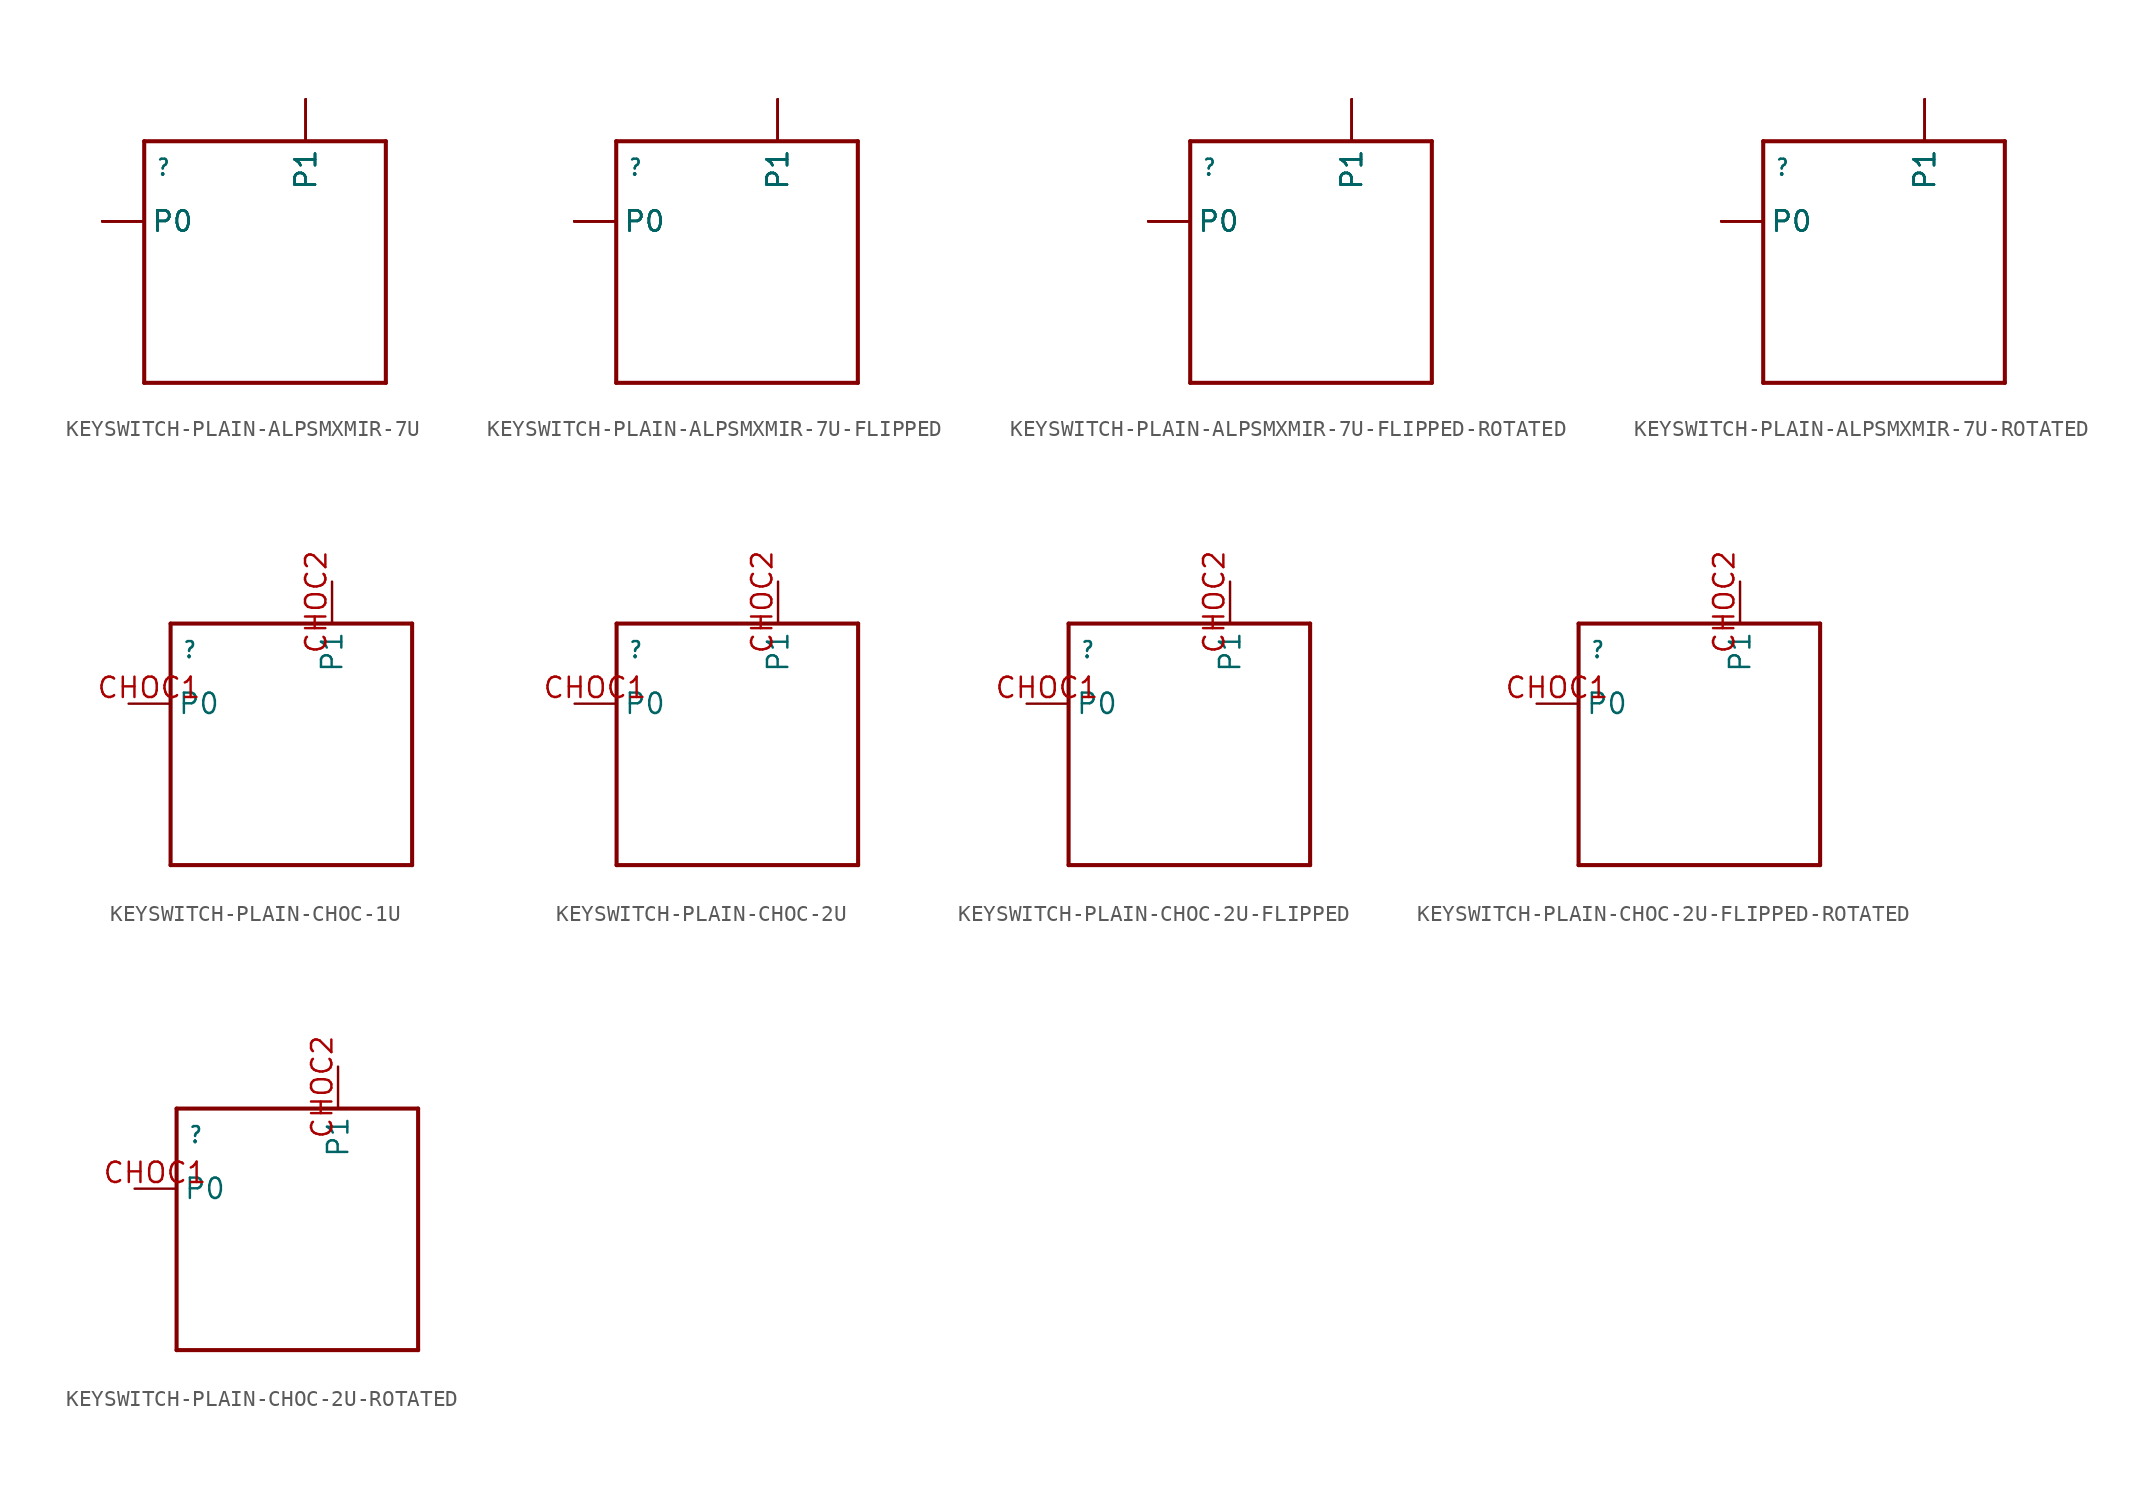
<source format=kicad_sym>
(kicad_symbol_lib
  (version 20211014)
  (generator kicad_symbol_editor)
  (symbol "KEYSWITCH-PLAIN-ALPSMXMIR-7U"
    (property "Reference" ""
      (at -6.81 5.318 0)
      (effects (font (size 1 0.85)) (justify left bottom)))
    (property "ki_locked" ""
      (at 0 0 0)
      (effects (font (size 1.27 1.27))))
    (symbol "KEYSWITCH-PLAIN-ALPSMXMIR-7U_1_0"
      (polyline (pts (xy -7.54 -7.54) (xy -7.54 7.54)) (stroke (width 0.254) (type default) (color 0 0 0 0)) (fill (type none)))
      (polyline (pts (xy -7.54 7.54) (xy 7.54 7.54)) (stroke (width 0.254) (type default) (color 0 0 0 0)) (fill (type none)))
      (polyline (pts (xy 7.54 -7.54) (xy -7.54 -7.54)) (stroke (width 0.254) (type default) (color 0 0 0 0)) (fill (type none)))
      (polyline (pts (xy 7.54 7.54) (xy 7.54 -7.54)) (stroke (width 0.254) (type default) (color 0 0 0 0)) (fill (type none)))
      (pin bidirectional line (at -10.16 2.54 0) (length 2.54) (name "P0" (effects (font (size 1.27 1.27)))) (number "ALPS1" (effects (font (size 0 0)))))
      (pin bidirectional line (at 2.54 10.16 270) (length 2.54) (name "P1" (effects (font (size 1.27 1.27)))) (number "ALPS2" (effects (font (size 0 0)))))
      (pin bidirectional line (at -10.16 2.54 0) (length 2.54) (name "P0" (effects (font (size 1.27 1.27)))) (number "ALPS3" (effects (font (size 0 0)))))
      (pin bidirectional line (at 2.54 10.16 270) (length 2.54) (name "P1" (effects (font (size 1.27 1.27)))) (number "ALPS4" (effects (font (size 0 0)))))
      (pin bidirectional line (at -10.16 2.54 0) (length 2.54) (name "P0" (effects (font (size 1.27 1.27)))) (number "MX1" (effects (font (size 0 0)))))
      (pin bidirectional line (at 2.54 10.16 270) (length 2.54) (name "P1" (effects (font (size 1.27 1.27)))) (number "MX2" (effects (font (size 0 0)))))
      (pin bidirectional line (at -10.16 2.54 0) (length 2.54) (name "P0" (effects (font (size 1.27 1.27)))) (number "MX3" (effects (font (size 0 0)))))
      (pin bidirectional line (at 2.54 10.16 270) (length 2.54) (name "P1" (effects (font (size 1.27 1.27)))) (number "MX4" (effects (font (size 0 0)))))))
  (symbol "KEYSWITCH-PLAIN-ALPSMXMIR-7U-FLIPPED"
    (property "Reference" ""
      (at -6.81 5.318 0)
      (effects (font (size 1 0.85)) (justify left bottom)))
    (property "ki_locked" ""
      (at 0 0 0)
      (effects (font (size 1.27 1.27))))
    (symbol "KEYSWITCH-PLAIN-ALPSMXMIR-7U-FLIPPED_1_0"
      (polyline (pts (xy -7.54 -7.54) (xy -7.54 7.54)) (stroke (width 0.254) (type default) (color 0 0 0 0)) (fill (type none)))
      (polyline (pts (xy -7.54 7.54) (xy 7.54 7.54)) (stroke (width 0.254) (type default) (color 0 0 0 0)) (fill (type none)))
      (polyline (pts (xy 7.54 -7.54) (xy -7.54 -7.54)) (stroke (width 0.254) (type default) (color 0 0 0 0)) (fill (type none)))
      (polyline (pts (xy 7.54 7.54) (xy 7.54 -7.54)) (stroke (width 0.254) (type default) (color 0 0 0 0)) (fill (type none)))
      (pin bidirectional line (at -10.16 2.54 0) (length 2.54) (name "P0" (effects (font (size 1.27 1.27)))) (number "ALPS1" (effects (font (size 0 0)))))
      (pin bidirectional line (at 2.54 10.16 270) (length 2.54) (name "P1" (effects (font (size 1.27 1.27)))) (number "ALPS2" (effects (font (size 0 0)))))
      (pin bidirectional line (at -10.16 2.54 0) (length 2.54) (name "P0" (effects (font (size 1.27 1.27)))) (number "ALPS3" (effects (font (size 0 0)))))
      (pin bidirectional line (at 2.54 10.16 270) (length 2.54) (name "P1" (effects (font (size 1.27 1.27)))) (number "ALPS4" (effects (font (size 0 0)))))
      (pin bidirectional line (at -10.16 2.54 0) (length 2.54) (name "P0" (effects (font (size 1.27 1.27)))) (number "MX1" (effects (font (size 0 0)))))
      (pin bidirectional line (at 2.54 10.16 270) (length 2.54) (name "P1" (effects (font (size 1.27 1.27)))) (number "MX2" (effects (font (size 0 0)))))
      (pin bidirectional line (at -10.16 2.54 0) (length 2.54) (name "P0" (effects (font (size 1.27 1.27)))) (number "MX3" (effects (font (size 0 0)))))
      (pin bidirectional line (at 2.54 10.16 270) (length 2.54) (name "P1" (effects (font (size 1.27 1.27)))) (number "MX4" (effects (font (size 0 0)))))))
  (symbol "KEYSWITCH-PLAIN-ALPSMXMIR-7U-FLIPPED-ROTATED"
    (property "Reference" ""
      (at -6.81 5.318 0)
      (effects (font (size 1 0.85)) (justify left bottom)))
    (property "ki_locked" ""
      (at 0 0 0)
      (effects (font (size 1.27 1.27))))
    (symbol "KEYSWITCH-PLAIN-ALPSMXMIR-7U-FLIPPED-ROTATED_1_0"
      (polyline (pts (xy -7.54 -7.54) (xy -7.54 7.54)) (stroke (width 0.254) (type default) (color 0 0 0 0)) (fill (type none)))
      (polyline (pts (xy -7.54 7.54) (xy 7.54 7.54)) (stroke (width 0.254) (type default) (color 0 0 0 0)) (fill (type none)))
      (polyline (pts (xy 7.54 -7.54) (xy -7.54 -7.54)) (stroke (width 0.254) (type default) (color 0 0 0 0)) (fill (type none)))
      (polyline (pts (xy 7.54 7.54) (xy 7.54 -7.54)) (stroke (width 0.254) (type default) (color 0 0 0 0)) (fill (type none)))
      (pin bidirectional line (at -10.16 2.54 0) (length 2.54) (name "P0" (effects (font (size 1.27 1.27)))) (number "ALPS1" (effects (font (size 0 0)))))
      (pin bidirectional line (at 2.54 10.16 270) (length 2.54) (name "P1" (effects (font (size 1.27 1.27)))) (number "ALPS2" (effects (font (size 0 0)))))
      (pin bidirectional line (at -10.16 2.54 0) (length 2.54) (name "P0" (effects (font (size 1.27 1.27)))) (number "ALPS3" (effects (font (size 0 0)))))
      (pin bidirectional line (at 2.54 10.16 270) (length 2.54) (name "P1" (effects (font (size 1.27 1.27)))) (number "ALPS4" (effects (font (size 0 0)))))
      (pin bidirectional line (at -10.16 2.54 0) (length 2.54) (name "P0" (effects (font (size 1.27 1.27)))) (number "MX1" (effects (font (size 0 0)))))
      (pin bidirectional line (at 2.54 10.16 270) (length 2.54) (name "P1" (effects (font (size 1.27 1.27)))) (number "MX2" (effects (font (size 0 0)))))
      (pin bidirectional line (at -10.16 2.54 0) (length 2.54) (name "P0" (effects (font (size 1.27 1.27)))) (number "MX3" (effects (font (size 0 0)))))
      (pin bidirectional line (at 2.54 10.16 270) (length 2.54) (name "P1" (effects (font (size 1.27 1.27)))) (number "MX4" (effects (font (size 0 0)))))))
  (symbol "KEYSWITCH-PLAIN-ALPSMXMIR-7U-ROTATED"
    (property "Reference" ""
      (at -6.81 5.318 0)
      (effects (font (size 1 0.85)) (justify left bottom)))
    (property "ki_locked" ""
      (at 0 0 0)
      (effects (font (size 1.27 1.27))))
    (symbol "KEYSWITCH-PLAIN-ALPSMXMIR-7U-ROTATED_1_0"
      (polyline (pts (xy -7.54 -7.54) (xy -7.54 7.54)) (stroke (width 0.254) (type default) (color 0 0 0 0)) (fill (type none)))
      (polyline (pts (xy -7.54 7.54) (xy 7.54 7.54)) (stroke (width 0.254) (type default) (color 0 0 0 0)) (fill (type none)))
      (polyline (pts (xy 7.54 -7.54) (xy -7.54 -7.54)) (stroke (width 0.254) (type default) (color 0 0 0 0)) (fill (type none)))
      (polyline (pts (xy 7.54 7.54) (xy 7.54 -7.54)) (stroke (width 0.254) (type default) (color 0 0 0 0)) (fill (type none)))
      (pin bidirectional line (at -10.16 2.54 0) (length 2.54) (name "P0" (effects (font (size 1.27 1.27)))) (number "ALPS1" (effects (font (size 0 0)))))
      (pin bidirectional line (at 2.54 10.16 270) (length 2.54) (name "P1" (effects (font (size 1.27 1.27)))) (number "ALPS2" (effects (font (size 0 0)))))
      (pin bidirectional line (at -10.16 2.54 0) (length 2.54) (name "P0" (effects (font (size 1.27 1.27)))) (number "ALPS3" (effects (font (size 0 0)))))
      (pin bidirectional line (at 2.54 10.16 270) (length 2.54) (name "P1" (effects (font (size 1.27 1.27)))) (number "ALPS4" (effects (font (size 0 0)))))
      (pin bidirectional line (at -10.16 2.54 0) (length 2.54) (name "P0" (effects (font (size 1.27 1.27)))) (number "MX1" (effects (font (size 0 0)))))
      (pin bidirectional line (at 2.54 10.16 270) (length 2.54) (name "P1" (effects (font (size 1.27 1.27)))) (number "MX2" (effects (font (size 0 0)))))
      (pin bidirectional line (at -10.16 2.54 0) (length 2.54) (name "P0" (effects (font (size 1.27 1.27)))) (number "MX3" (effects (font (size 0 0)))))
      (pin bidirectional line (at 2.54 10.16 270) (length 2.54) (name "P1" (effects (font (size 1.27 1.27)))) (number "MX4" (effects (font (size 0 0)))))))
  (symbol "KEYSWITCH-PLAIN-CHOC-1U"
    (property "Reference" ""
      (at -6.81 5.318 0)
      (effects (font (size 1 0.85)) (justify left bottom)))
    (property "ki_locked" ""
      (at 0 0 0)
      (effects (font (size 1.27 1.27))))
    (symbol "KEYSWITCH-PLAIN-CHOC-1U_1_0"
      (polyline (pts (xy -7.54 -7.54) (xy -7.54 7.54)) (stroke (width 0.254) (type default) (color 0 0 0 0)) (fill (type none)))
      (polyline (pts (xy -7.54 7.54) (xy 7.54 7.54)) (stroke (width 0.254) (type default) (color 0 0 0 0)) (fill (type none)))
      (polyline (pts (xy 7.54 -7.54) (xy -7.54 -7.54)) (stroke (width 0.254) (type default) (color 0 0 0 0)) (fill (type none)))
      (polyline (pts (xy 7.54 7.54) (xy 7.54 -7.54)) (stroke (width 0.254) (type default) (color 0 0 0 0)) (fill (type none)))
      (pin bidirectional line (at -10.16 2.54 0) (length 2.54) (name "P0" (effects (font (size 1.27 1.27)))) (number "CHOC1" (effects (font (size 1.27 1.27)))))
      (pin bidirectional line (at 2.54 10.16 270) (length 2.54) (name "P1" (effects (font (size 1.27 1.27)))) (number "CHOC2" (effects (font (size 1.27 1.27)))))))
  (symbol "KEYSWITCH-PLAIN-CHOC-2U"
    (property "Reference" ""
      (at -6.81 5.318 0)
      (effects (font (size 1 0.85)) (justify left bottom)))
    (property "ki_locked" ""
      (at 0 0 0)
      (effects (font (size 1.27 1.27))))
    (symbol "KEYSWITCH-PLAIN-CHOC-2U_1_0"
      (polyline (pts (xy -7.54 -7.54) (xy -7.54 7.54)) (stroke (width 0.254) (type default) (color 0 0 0 0)) (fill (type none)))
      (polyline (pts (xy -7.54 7.54) (xy 7.54 7.54)) (stroke (width 0.254) (type default) (color 0 0 0 0)) (fill (type none)))
      (polyline (pts (xy 7.54 -7.54) (xy -7.54 -7.54)) (stroke (width 0.254) (type default) (color 0 0 0 0)) (fill (type none)))
      (polyline (pts (xy 7.54 7.54) (xy 7.54 -7.54)) (stroke (width 0.254) (type default) (color 0 0 0 0)) (fill (type none)))
      (pin bidirectional line (at -10.16 2.54 0) (length 2.54) (name "P0" (effects (font (size 1.27 1.27)))) (number "CHOC1" (effects (font (size 1.27 1.27)))))
      (pin bidirectional line (at 2.54 10.16 270) (length 2.54) (name "P1" (effects (font (size 1.27 1.27)))) (number "CHOC2" (effects (font (size 1.27 1.27)))))))
  (symbol "KEYSWITCH-PLAIN-CHOC-2U-FLIPPED"
    (property "Reference" ""
      (at -6.81 5.318 0)
      (effects (font (size 1 0.85)) (justify left bottom)))
    (property "ki_locked" ""
      (at 0 0 0)
      (effects (font (size 1.27 1.27))))
    (symbol "KEYSWITCH-PLAIN-CHOC-2U-FLIPPED_1_0"
      (polyline (pts (xy -7.54 -7.54) (xy -7.54 7.54)) (stroke (width 0.254) (type default) (color 0 0 0 0)) (fill (type none)))
      (polyline (pts (xy -7.54 7.54) (xy 7.54 7.54)) (stroke (width 0.254) (type default) (color 0 0 0 0)) (fill (type none)))
      (polyline (pts (xy 7.54 -7.54) (xy -7.54 -7.54)) (stroke (width 0.254) (type default) (color 0 0 0 0)) (fill (type none)))
      (polyline (pts (xy 7.54 7.54) (xy 7.54 -7.54)) (stroke (width 0.254) (type default) (color 0 0 0 0)) (fill (type none)))
      (pin bidirectional line (at -10.16 2.54 0) (length 2.54) (name "P0" (effects (font (size 1.27 1.27)))) (number "CHOC1" (effects (font (size 1.27 1.27)))))
      (pin bidirectional line (at 2.54 10.16 270) (length 2.54) (name "P1" (effects (font (size 1.27 1.27)))) (number "CHOC2" (effects (font (size 1.27 1.27)))))))
  (symbol "KEYSWITCH-PLAIN-CHOC-2U-FLIPPED-ROTATED"
    (property "Reference" ""
      (at -6.81 5.318 0)
      (effects (font (size 1 0.85)) (justify left bottom)))
    (property "ki_locked" ""
      (at 0 0 0)
      (effects (font (size 1.27 1.27))))
    (symbol "KEYSWITCH-PLAIN-CHOC-2U-FLIPPED-ROTATED_1_0"
      (polyline (pts (xy -7.54 -7.54) (xy -7.54 7.54)) (stroke (width 0.254) (type default) (color 0 0 0 0)) (fill (type none)))
      (polyline (pts (xy -7.54 7.54) (xy 7.54 7.54)) (stroke (width 0.254) (type default) (color 0 0 0 0)) (fill (type none)))
      (polyline (pts (xy 7.54 -7.54) (xy -7.54 -7.54)) (stroke (width 0.254) (type default) (color 0 0 0 0)) (fill (type none)))
      (polyline (pts (xy 7.54 7.54) (xy 7.54 -7.54)) (stroke (width 0.254) (type default) (color 0 0 0 0)) (fill (type none)))
      (pin bidirectional line (at -10.16 2.54 0) (length 2.54) (name "P0" (effects (font (size 1.27 1.27)))) (number "CHOC1" (effects (font (size 1.27 1.27)))))
      (pin bidirectional line (at 2.54 10.16 270) (length 2.54) (name "P1" (effects (font (size 1.27 1.27)))) (number "CHOC2" (effects (font (size 1.27 1.27)))))))
  (symbol "KEYSWITCH-PLAIN-CHOC-2U-ROTATED"
    (property "Reference" ""
      (at -6.81 5.318 0)
      (effects (font (size 1 0.85)) (justify left bottom)))
    (property "ki_locked" ""
      (at 0 0 0)
      (effects (font (size 1.27 1.27))))
    (symbol "KEYSWITCH-PLAIN-CHOC-2U-ROTATED_1_0"
      (polyline (pts (xy -7.54 -7.54) (xy -7.54 7.54)) (stroke (width 0.254) (type default) (color 0 0 0 0)) (fill (type none)))
      (polyline (pts (xy -7.54 7.54) (xy 7.54 7.54)) (stroke (width 0.254) (type default) (color 0 0 0 0)) (fill (type none)))
      (polyline (pts (xy 7.54 -7.54) (xy -7.54 -7.54)) (stroke (width 0.254) (type default) (color 0 0 0 0)) (fill (type none)))
      (polyline (pts (xy 7.54 7.54) (xy 7.54 -7.54)) (stroke (width 0.254) (type default) (color 0 0 0 0)) (fill (type none)))
      (pin bidirectional line (at -10.16 2.54 0) (length 2.54) (name "P0" (effects (font (size 1.27 1.27)))) (number "CHOC1" (effects (font (size 1.27 1.27)))))
      (pin bidirectional line (at 2.54 10.16 270) (length 2.54) (name "P1" (effects (font (size 1.27 1.27)))) (number "CHOC2" (effects (font (size 1.27 1.27))))))))
</source>
